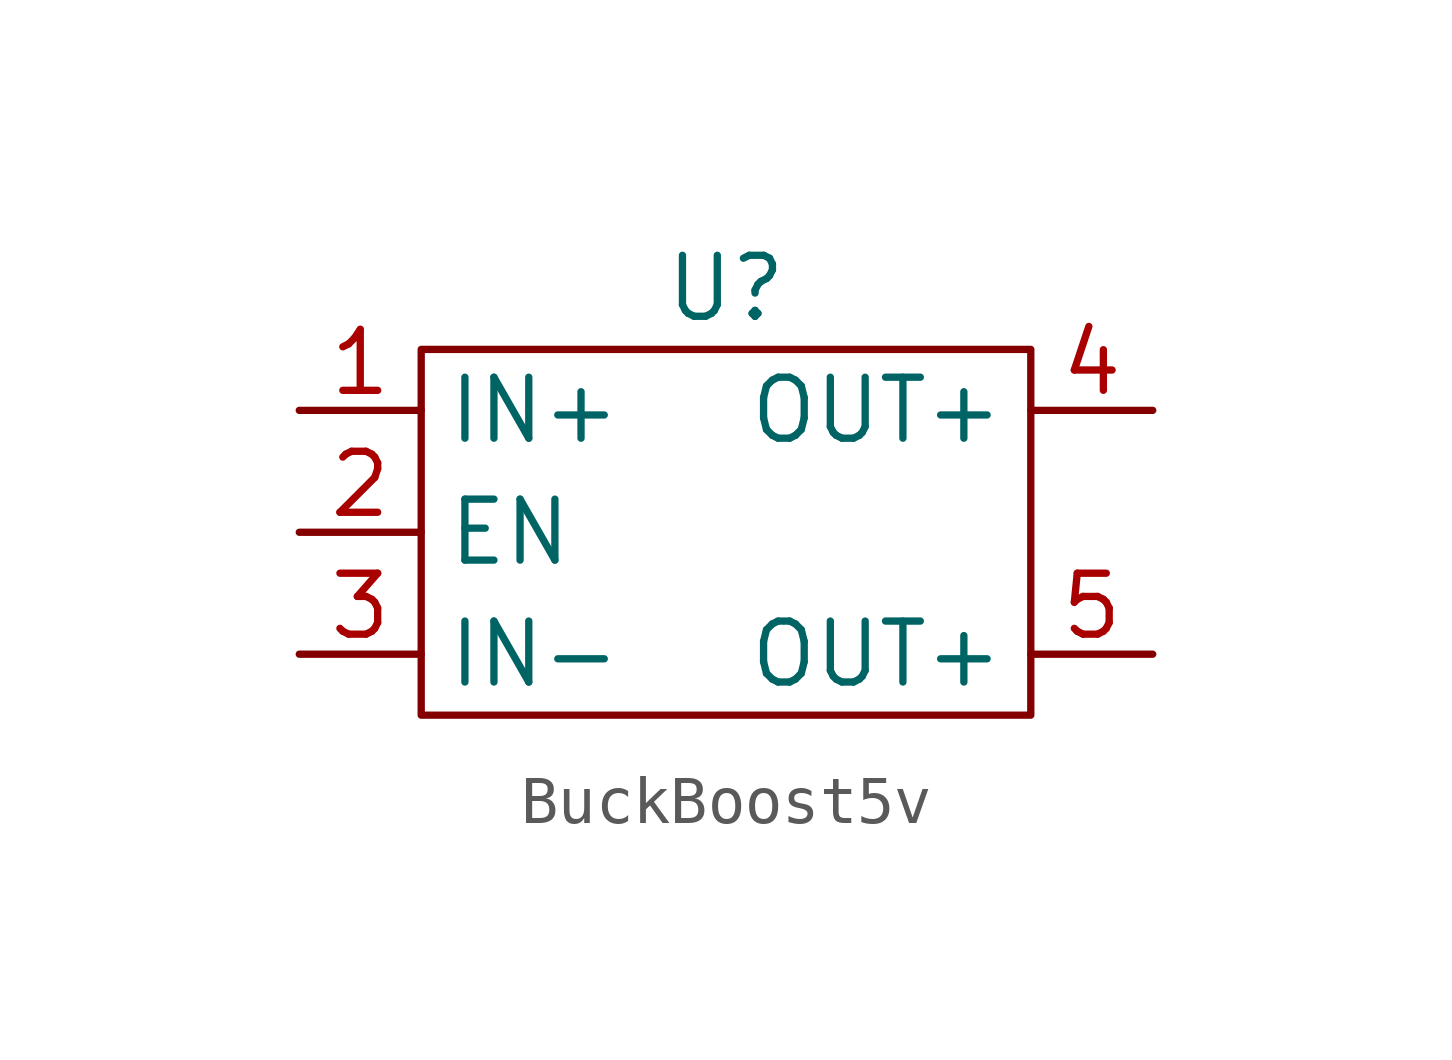
<source format=kicad_sym>
(kicad_symbol_lib
  (version 20220914)
  (generator kicad_symbol_editor)
  (symbol "BuckBoost5v"
    (property "Reference" "U"
      (at 0 0 0)
      (effects (font (size 1.27 1.27))))
    (property "Value" ""
      (at 0 0 0)
      (effects (font (size 1.27 1.27))))
    (symbol "BuckBoost5v_0_1"
      (rectangle (start -6.35 -1.27) (end 6.35 -8.89) (stroke (width 0) (type default)) (fill (type none))))
    (symbol "BuckBoost5v_1_1"
      (pin input line (at -8.89 -2.54 0) (length 2.54) (name "IN+" (effects (font (size 1.27 1.27)))) (number "1" (effects (font (size 1.27 1.27)))))
      (pin input line (at -8.89 -5.08 0) (length 2.54) (name "EN" (effects (font (size 1.27 1.27)))) (number "2" (effects (font (size 1.27 1.27)))))
      (pin input line (at -8.89 -7.62 0) (length 2.54) (name "IN-" (effects (font (size 1.27 1.27)))) (number "3" (effects (font (size 1.27 1.27)))))
      (pin output line (at 8.89 -2.54 180) (length 2.54) (name "OUT+" (effects (font (size 1.27 1.27)))) (number "4" (effects (font (size 1.27 1.27)))))
      (pin output line (at 8.89 -7.62 180) (length 2.54) (name "OUT+" (effects (font (size 1.27 1.27)))) (number "5" (effects (font (size 1.27 1.27))))))))
</source>
